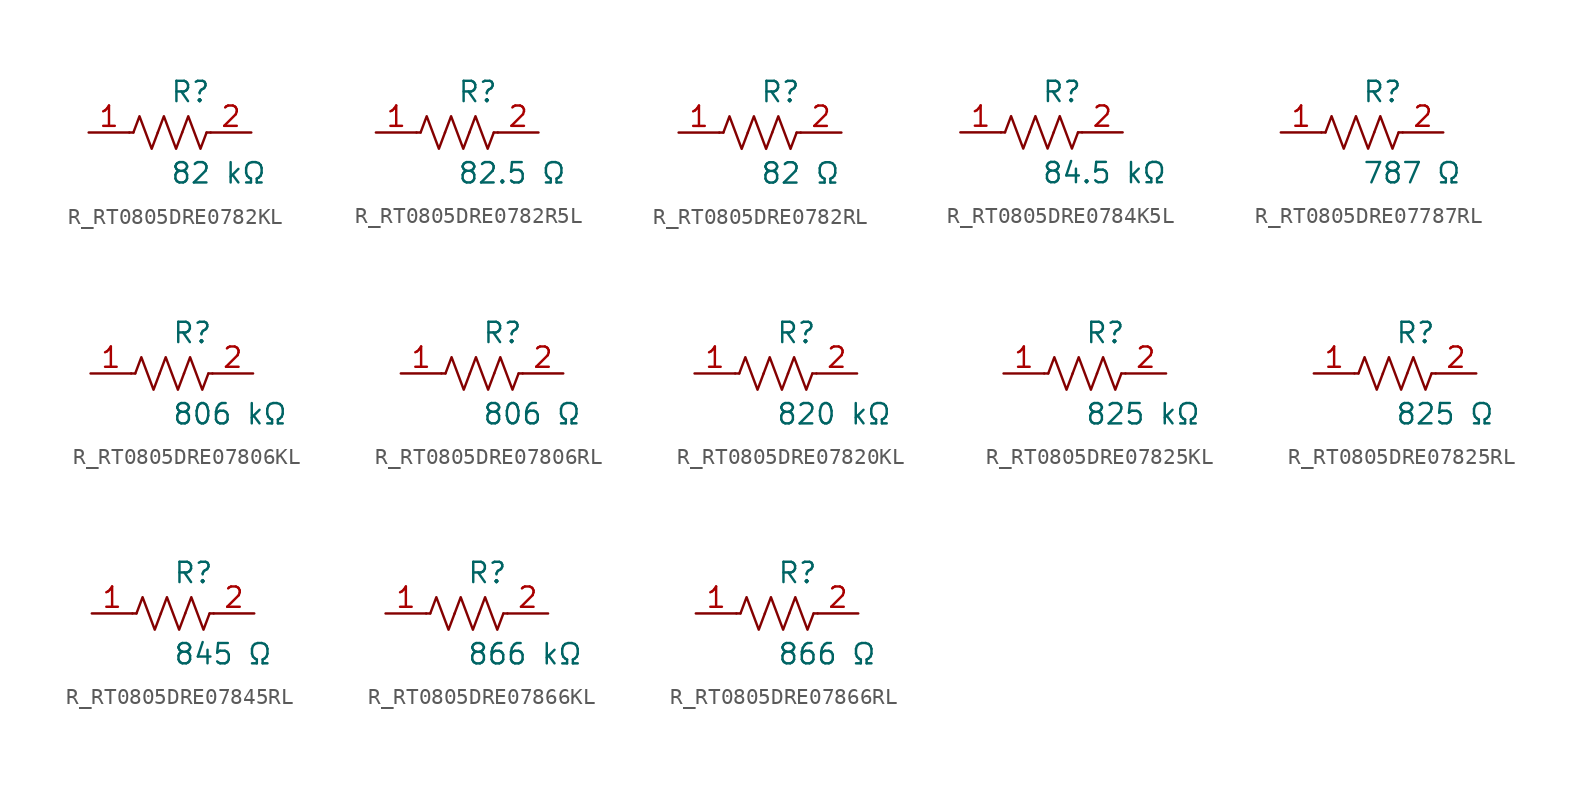
<source format=kicad_sym>
(kicad_symbol_lib
  (version 20231120)
  (generator kicad_symbol_editor)
  (generator_version 8.0)
  (symbol "R_RT0805DRE0782KL"
    (pin_names
      (offset 0.254))
    (property "Reference" "R"
      (at 0 2.54 0)
      (effects (font (size 1.27 1.27)) (justify left)))
    (property "Value" "82 kΩ"
      (at 0 -2.54 0)
      (effects (font (size 1.27 1.27)) (justify left)))
    (symbol "R_RT0805DRE0782KL_0_1"
      (polyline (pts (xy 2.286 0) (xy 2.54 0)) (stroke (width 0) (type default)) (fill (type none)))
      (polyline (pts (xy -2.286 0) (xy -2.54 0)) (stroke (width 0) (type default)) (fill (type none)))
      (polyline (pts (xy 0.762 0) (xy 1.143 1.016) (xy 1.524 0) (xy 1.905 -1.016) (xy 2.286 0)) (stroke (width 0) (type default)) (fill (type none)))
      (polyline (pts (xy -0.762 0) (xy -0.381 1.016) (xy 0 0) (xy 0.381 -1.016) (xy 0.762 0)) (stroke (width 0) (type default)) (fill (type none)))
      (polyline (pts (xy -2.286 0) (xy -1.905 1.016) (xy -1.524 0) (xy -1.143 -1.016) (xy -0.762 0)) (stroke (width 0) (type default)) (fill (type none))))
    (pin passive line
      (at -5.08 0 0)
      (length 2.54)
      (name "" (effects (font (size 1.27 1.27))))
      (number "1" (effects (font (size 1.27 1.27)))))
    (pin passive line
      (at 5.08 0 180)
      (length 2.54)
      (name "" (effects (font (size 1.27 1.27))))
      (number "2" (effects (font (size 1.27 1.27))))))
  (symbol "R_RT0805DRE0782R5L"
    (pin_names
      (offset 0.254))
    (property "Reference" "R"
      (at 0 2.54 0)
      (effects (font (size 1.27 1.27)) (justify left)))
    (property "Value" "82.5 Ω"
      (at 0 -2.54 0)
      (effects (font (size 1.27 1.27)) (justify left)))
    (symbol "R_RT0805DRE0782R5L_0_1"
      (polyline (pts (xy 2.286 0) (xy 2.54 0)) (stroke (width 0) (type default)) (fill (type none)))
      (polyline (pts (xy -2.286 0) (xy -2.54 0)) (stroke (width 0) (type default)) (fill (type none)))
      (polyline (pts (xy 0.762 0) (xy 1.143 1.016) (xy 1.524 0) (xy 1.905 -1.016) (xy 2.286 0)) (stroke (width 0) (type default)) (fill (type none)))
      (polyline (pts (xy -0.762 0) (xy -0.381 1.016) (xy 0 0) (xy 0.381 -1.016) (xy 0.762 0)) (stroke (width 0) (type default)) (fill (type none)))
      (polyline (pts (xy -2.286 0) (xy -1.905 1.016) (xy -1.524 0) (xy -1.143 -1.016) (xy -0.762 0)) (stroke (width 0) (type default)) (fill (type none))))
    (pin passive line
      (at -5.08 0 0)
      (length 2.54)
      (name "" (effects (font (size 1.27 1.27))))
      (number "1" (effects (font (size 1.27 1.27)))))
    (pin passive line
      (at 5.08 0 180)
      (length 2.54)
      (name "" (effects (font (size 1.27 1.27))))
      (number "2" (effects (font (size 1.27 1.27))))))
  (symbol "R_RT0805DRE0782RL"
    (pin_names
      (offset 0.254))
    (property "Reference" "R"
      (at 0 2.54 0)
      (effects (font (size 1.27 1.27)) (justify left)))
    (property "Value" "82 Ω"
      (at 0 -2.54 0)
      (effects (font (size 1.27 1.27)) (justify left)))
    (symbol "R_RT0805DRE0782RL_0_1"
      (polyline (pts (xy 2.286 0) (xy 2.54 0)) (stroke (width 0) (type default)) (fill (type none)))
      (polyline (pts (xy -2.286 0) (xy -2.54 0)) (stroke (width 0) (type default)) (fill (type none)))
      (polyline (pts (xy 0.762 0) (xy 1.143 1.016) (xy 1.524 0) (xy 1.905 -1.016) (xy 2.286 0)) (stroke (width 0) (type default)) (fill (type none)))
      (polyline (pts (xy -0.762 0) (xy -0.381 1.016) (xy 0 0) (xy 0.381 -1.016) (xy 0.762 0)) (stroke (width 0) (type default)) (fill (type none)))
      (polyline (pts (xy -2.286 0) (xy -1.905 1.016) (xy -1.524 0) (xy -1.143 -1.016) (xy -0.762 0)) (stroke (width 0) (type default)) (fill (type none))))
    (pin passive line
      (at -5.08 0 0)
      (length 2.54)
      (name "" (effects (font (size 1.27 1.27))))
      (number "1" (effects (font (size 1.27 1.27)))))
    (pin passive line
      (at 5.08 0 180)
      (length 2.54)
      (name "" (effects (font (size 1.27 1.27))))
      (number "2" (effects (font (size 1.27 1.27))))))
  (symbol "R_RT0805DRE0784K5L"
    (pin_names
      (offset 0.254))
    (property "Reference" "R"
      (at 0 2.54 0)
      (effects (font (size 1.27 1.27)) (justify left)))
    (property "Value" "84.5 kΩ"
      (at 0 -2.54 0)
      (effects (font (size 1.27 1.27)) (justify left)))
    (symbol "R_RT0805DRE0784K5L_0_1"
      (polyline (pts (xy 2.286 0) (xy 2.54 0)) (stroke (width 0) (type default)) (fill (type none)))
      (polyline (pts (xy -2.286 0) (xy -2.54 0)) (stroke (width 0) (type default)) (fill (type none)))
      (polyline (pts (xy 0.762 0) (xy 1.143 1.016) (xy 1.524 0) (xy 1.905 -1.016) (xy 2.286 0)) (stroke (width 0) (type default)) (fill (type none)))
      (polyline (pts (xy -0.762 0) (xy -0.381 1.016) (xy 0 0) (xy 0.381 -1.016) (xy 0.762 0)) (stroke (width 0) (type default)) (fill (type none)))
      (polyline (pts (xy -2.286 0) (xy -1.905 1.016) (xy -1.524 0) (xy -1.143 -1.016) (xy -0.762 0)) (stroke (width 0) (type default)) (fill (type none))))
    (pin passive line
      (at -5.08 0 0)
      (length 2.54)
      (name "" (effects (font (size 1.27 1.27))))
      (number "1" (effects (font (size 1.27 1.27)))))
    (pin passive line
      (at 5.08 0 180)
      (length 2.54)
      (name "" (effects (font (size 1.27 1.27))))
      (number "2" (effects (font (size 1.27 1.27))))))
  (symbol "R_RT0805DRE07787RL"
    (pin_names
      (offset 0.254))
    (property "Reference" "R"
      (at 0 2.54 0)
      (effects (font (size 1.27 1.27)) (justify left)))
    (property "Value" "787 Ω"
      (at 0 -2.54 0)
      (effects (font (size 1.27 1.27)) (justify left)))
    (symbol "R_RT0805DRE07787RL_0_1"
      (polyline (pts (xy 2.286 0) (xy 2.54 0)) (stroke (width 0) (type default)) (fill (type none)))
      (polyline (pts (xy -2.286 0) (xy -2.54 0)) (stroke (width 0) (type default)) (fill (type none)))
      (polyline (pts (xy 0.762 0) (xy 1.143 1.016) (xy 1.524 0) (xy 1.905 -1.016) (xy 2.286 0)) (stroke (width 0) (type default)) (fill (type none)))
      (polyline (pts (xy -0.762 0) (xy -0.381 1.016) (xy 0 0) (xy 0.381 -1.016) (xy 0.762 0)) (stroke (width 0) (type default)) (fill (type none)))
      (polyline (pts (xy -2.286 0) (xy -1.905 1.016) (xy -1.524 0) (xy -1.143 -1.016) (xy -0.762 0)) (stroke (width 0) (type default)) (fill (type none))))
    (pin passive line
      (at -5.08 0 0)
      (length 2.54)
      (name "" (effects (font (size 1.27 1.27))))
      (number "1" (effects (font (size 1.27 1.27)))))
    (pin passive line
      (at 5.08 0 180)
      (length 2.54)
      (name "" (effects (font (size 1.27 1.27))))
      (number "2" (effects (font (size 1.27 1.27))))))
  (symbol "R_RT0805DRE07806KL"
    (pin_names
      (offset 0.254))
    (property "Reference" "R"
      (at 0 2.54 0)
      (effects (font (size 1.27 1.27)) (justify left)))
    (property "Value" "806 kΩ"
      (at 0 -2.54 0)
      (effects (font (size 1.27 1.27)) (justify left)))
    (symbol "R_RT0805DRE07806KL_0_1"
      (polyline (pts (xy 2.286 0) (xy 2.54 0)) (stroke (width 0) (type default)) (fill (type none)))
      (polyline (pts (xy -2.286 0) (xy -2.54 0)) (stroke (width 0) (type default)) (fill (type none)))
      (polyline (pts (xy 0.762 0) (xy 1.143 1.016) (xy 1.524 0) (xy 1.905 -1.016) (xy 2.286 0)) (stroke (width 0) (type default)) (fill (type none)))
      (polyline (pts (xy -0.762 0) (xy -0.381 1.016) (xy 0 0) (xy 0.381 -1.016) (xy 0.762 0)) (stroke (width 0) (type default)) (fill (type none)))
      (polyline (pts (xy -2.286 0) (xy -1.905 1.016) (xy -1.524 0) (xy -1.143 -1.016) (xy -0.762 0)) (stroke (width 0) (type default)) (fill (type none))))
    (pin passive line
      (at -5.08 0 0)
      (length 2.54)
      (name "" (effects (font (size 1.27 1.27))))
      (number "1" (effects (font (size 1.27 1.27)))))
    (pin passive line
      (at 5.08 0 180)
      (length 2.54)
      (name "" (effects (font (size 1.27 1.27))))
      (number "2" (effects (font (size 1.27 1.27))))))
  (symbol "R_RT0805DRE07806RL"
    (pin_names
      (offset 0.254))
    (property "Reference" "R"
      (at 0 2.54 0)
      (effects (font (size 1.27 1.27)) (justify left)))
    (property "Value" "806 Ω"
      (at 0 -2.54 0)
      (effects (font (size 1.27 1.27)) (justify left)))
    (symbol "R_RT0805DRE07806RL_0_1"
      (polyline (pts (xy 2.286 0) (xy 2.54 0)) (stroke (width 0) (type default)) (fill (type none)))
      (polyline (pts (xy -2.286 0) (xy -2.54 0)) (stroke (width 0) (type default)) (fill (type none)))
      (polyline (pts (xy 0.762 0) (xy 1.143 1.016) (xy 1.524 0) (xy 1.905 -1.016) (xy 2.286 0)) (stroke (width 0) (type default)) (fill (type none)))
      (polyline (pts (xy -0.762 0) (xy -0.381 1.016) (xy 0 0) (xy 0.381 -1.016) (xy 0.762 0)) (stroke (width 0) (type default)) (fill (type none)))
      (polyline (pts (xy -2.286 0) (xy -1.905 1.016) (xy -1.524 0) (xy -1.143 -1.016) (xy -0.762 0)) (stroke (width 0) (type default)) (fill (type none))))
    (pin passive line
      (at -5.08 0 0)
      (length 2.54)
      (name "" (effects (font (size 1.27 1.27))))
      (number "1" (effects (font (size 1.27 1.27)))))
    (pin passive line
      (at 5.08 0 180)
      (length 2.54)
      (name "" (effects (font (size 1.27 1.27))))
      (number "2" (effects (font (size 1.27 1.27))))))
  (symbol "R_RT0805DRE07820KL"
    (pin_names
      (offset 0.254))
    (property "Reference" "R"
      (at 0 2.54 0)
      (effects (font (size 1.27 1.27)) (justify left)))
    (property "Value" "820 kΩ"
      (at 0 -2.54 0)
      (effects (font (size 1.27 1.27)) (justify left)))
    (symbol "R_RT0805DRE07820KL_0_1"
      (polyline (pts (xy 2.286 0) (xy 2.54 0)) (stroke (width 0) (type default)) (fill (type none)))
      (polyline (pts (xy -2.286 0) (xy -2.54 0)) (stroke (width 0) (type default)) (fill (type none)))
      (polyline (pts (xy 0.762 0) (xy 1.143 1.016) (xy 1.524 0) (xy 1.905 -1.016) (xy 2.286 0)) (stroke (width 0) (type default)) (fill (type none)))
      (polyline (pts (xy -0.762 0) (xy -0.381 1.016) (xy 0 0) (xy 0.381 -1.016) (xy 0.762 0)) (stroke (width 0) (type default)) (fill (type none)))
      (polyline (pts (xy -2.286 0) (xy -1.905 1.016) (xy -1.524 0) (xy -1.143 -1.016) (xy -0.762 0)) (stroke (width 0) (type default)) (fill (type none))))
    (pin passive line
      (at -5.08 0 0)
      (length 2.54)
      (name "" (effects (font (size 1.27 1.27))))
      (number "1" (effects (font (size 1.27 1.27)))))
    (pin passive line
      (at 5.08 0 180)
      (length 2.54)
      (name "" (effects (font (size 1.27 1.27))))
      (number "2" (effects (font (size 1.27 1.27))))))
  (symbol "R_RT0805DRE07825KL"
    (pin_names
      (offset 0.254))
    (property "Reference" "R"
      (at 0 2.54 0)
      (effects (font (size 1.27 1.27)) (justify left)))
    (property "Value" "825 kΩ"
      (at 0 -2.54 0)
      (effects (font (size 1.27 1.27)) (justify left)))
    (symbol "R_RT0805DRE07825KL_0_1"
      (polyline (pts (xy 2.286 0) (xy 2.54 0)) (stroke (width 0) (type default)) (fill (type none)))
      (polyline (pts (xy -2.286 0) (xy -2.54 0)) (stroke (width 0) (type default)) (fill (type none)))
      (polyline (pts (xy 0.762 0) (xy 1.143 1.016) (xy 1.524 0) (xy 1.905 -1.016) (xy 2.286 0)) (stroke (width 0) (type default)) (fill (type none)))
      (polyline (pts (xy -0.762 0) (xy -0.381 1.016) (xy 0 0) (xy 0.381 -1.016) (xy 0.762 0)) (stroke (width 0) (type default)) (fill (type none)))
      (polyline (pts (xy -2.286 0) (xy -1.905 1.016) (xy -1.524 0) (xy -1.143 -1.016) (xy -0.762 0)) (stroke (width 0) (type default)) (fill (type none))))
    (pin passive line
      (at -5.08 0 0)
      (length 2.54)
      (name "" (effects (font (size 1.27 1.27))))
      (number "1" (effects (font (size 1.27 1.27)))))
    (pin passive line
      (at 5.08 0 180)
      (length 2.54)
      (name "" (effects (font (size 1.27 1.27))))
      (number "2" (effects (font (size 1.27 1.27))))))
  (symbol "R_RT0805DRE07825RL"
    (pin_names
      (offset 0.254))
    (property "Reference" "R"
      (at 0 2.54 0)
      (effects (font (size 1.27 1.27)) (justify left)))
    (property "Value" "825 Ω"
      (at 0 -2.54 0)
      (effects (font (size 1.27 1.27)) (justify left)))
    (symbol "R_RT0805DRE07825RL_0_1"
      (polyline (pts (xy 2.286 0) (xy 2.54 0)) (stroke (width 0) (type default)) (fill (type none)))
      (polyline (pts (xy -2.286 0) (xy -2.54 0)) (stroke (width 0) (type default)) (fill (type none)))
      (polyline (pts (xy 0.762 0) (xy 1.143 1.016) (xy 1.524 0) (xy 1.905 -1.016) (xy 2.286 0)) (stroke (width 0) (type default)) (fill (type none)))
      (polyline (pts (xy -0.762 0) (xy -0.381 1.016) (xy 0 0) (xy 0.381 -1.016) (xy 0.762 0)) (stroke (width 0) (type default)) (fill (type none)))
      (polyline (pts (xy -2.286 0) (xy -1.905 1.016) (xy -1.524 0) (xy -1.143 -1.016) (xy -0.762 0)) (stroke (width 0) (type default)) (fill (type none))))
    (pin passive line
      (at -5.08 0 0)
      (length 2.54)
      (name "" (effects (font (size 1.27 1.27))))
      (number "1" (effects (font (size 1.27 1.27)))))
    (pin passive line
      (at 5.08 0 180)
      (length 2.54)
      (name "" (effects (font (size 1.27 1.27))))
      (number "2" (effects (font (size 1.27 1.27))))))
  (symbol "R_RT0805DRE07845RL"
    (pin_names
      (offset 0.254))
    (property "Reference" "R"
      (at 0 2.54 0)
      (effects (font (size 1.27 1.27)) (justify left)))
    (property "Value" "845 Ω"
      (at 0 -2.54 0)
      (effects (font (size 1.27 1.27)) (justify left)))
    (symbol "R_RT0805DRE07845RL_0_1"
      (polyline (pts (xy 2.286 0) (xy 2.54 0)) (stroke (width 0) (type default)) (fill (type none)))
      (polyline (pts (xy -2.286 0) (xy -2.54 0)) (stroke (width 0) (type default)) (fill (type none)))
      (polyline (pts (xy 0.762 0) (xy 1.143 1.016) (xy 1.524 0) (xy 1.905 -1.016) (xy 2.286 0)) (stroke (width 0) (type default)) (fill (type none)))
      (polyline (pts (xy -0.762 0) (xy -0.381 1.016) (xy 0 0) (xy 0.381 -1.016) (xy 0.762 0)) (stroke (width 0) (type default)) (fill (type none)))
      (polyline (pts (xy -2.286 0) (xy -1.905 1.016) (xy -1.524 0) (xy -1.143 -1.016) (xy -0.762 0)) (stroke (width 0) (type default)) (fill (type none))))
    (pin passive line
      (at -5.08 0 0)
      (length 2.54)
      (name "" (effects (font (size 1.27 1.27))))
      (number "1" (effects (font (size 1.27 1.27)))))
    (pin passive line
      (at 5.08 0 180)
      (length 2.54)
      (name "" (effects (font (size 1.27 1.27))))
      (number "2" (effects (font (size 1.27 1.27))))))
  (symbol "R_RT0805DRE07866KL"
    (pin_names
      (offset 0.254))
    (property "Reference" "R"
      (at 0 2.54 0)
      (effects (font (size 1.27 1.27)) (justify left)))
    (property "Value" "866 kΩ"
      (at 0 -2.54 0)
      (effects (font (size 1.27 1.27)) (justify left)))
    (symbol "R_RT0805DRE07866KL_0_1"
      (polyline (pts (xy 2.286 0) (xy 2.54 0)) (stroke (width 0) (type default)) (fill (type none)))
      (polyline (pts (xy -2.286 0) (xy -2.54 0)) (stroke (width 0) (type default)) (fill (type none)))
      (polyline (pts (xy 0.762 0) (xy 1.143 1.016) (xy 1.524 0) (xy 1.905 -1.016) (xy 2.286 0)) (stroke (width 0) (type default)) (fill (type none)))
      (polyline (pts (xy -0.762 0) (xy -0.381 1.016) (xy 0 0) (xy 0.381 -1.016) (xy 0.762 0)) (stroke (width 0) (type default)) (fill (type none)))
      (polyline (pts (xy -2.286 0) (xy -1.905 1.016) (xy -1.524 0) (xy -1.143 -1.016) (xy -0.762 0)) (stroke (width 0) (type default)) (fill (type none))))
    (pin passive line
      (at -5.08 0 0)
      (length 2.54)
      (name "" (effects (font (size 1.27 1.27))))
      (number "1" (effects (font (size 1.27 1.27)))))
    (pin passive line
      (at 5.08 0 180)
      (length 2.54)
      (name "" (effects (font (size 1.27 1.27))))
      (number "2" (effects (font (size 1.27 1.27))))))
  (symbol "R_RT0805DRE07866RL"
    (pin_names
      (offset 0.254))
    (property "Reference" "R"
      (at 0 2.54 0)
      (effects (font (size 1.27 1.27)) (justify left)))
    (property "Value" "866 Ω"
      (at 0 -2.54 0)
      (effects (font (size 1.27 1.27)) (justify left)))
    (symbol "R_RT0805DRE07866RL_0_1"
      (polyline (pts (xy 2.286 0) (xy 2.54 0)) (stroke (width 0) (type default)) (fill (type none)))
      (polyline (pts (xy -2.286 0) (xy -2.54 0)) (stroke (width 0) (type default)) (fill (type none)))
      (polyline (pts (xy 0.762 0) (xy 1.143 1.016) (xy 1.524 0) (xy 1.905 -1.016) (xy 2.286 0)) (stroke (width 0) (type default)) (fill (type none)))
      (polyline (pts (xy -0.762 0) (xy -0.381 1.016) (xy 0 0) (xy 0.381 -1.016) (xy 0.762 0)) (stroke (width 0) (type default)) (fill (type none)))
      (polyline (pts (xy -2.286 0) (xy -1.905 1.016) (xy -1.524 0) (xy -1.143 -1.016) (xy -0.762 0)) (stroke (width 0) (type default)) (fill (type none))))
    (pin passive line
      (at -5.08 0 0)
      (length 2.54)
      (name "" (effects (font (size 1.27 1.27))))
      (number "1" (effects (font (size 1.27 1.27)))))
    (pin passive line
      (at 5.08 0 180)
      (length 2.54)
      (name "" (effects (font (size 1.27 1.27))))
      (number "2" (effects (font (size 1.27 1.27)))))))
</source>
